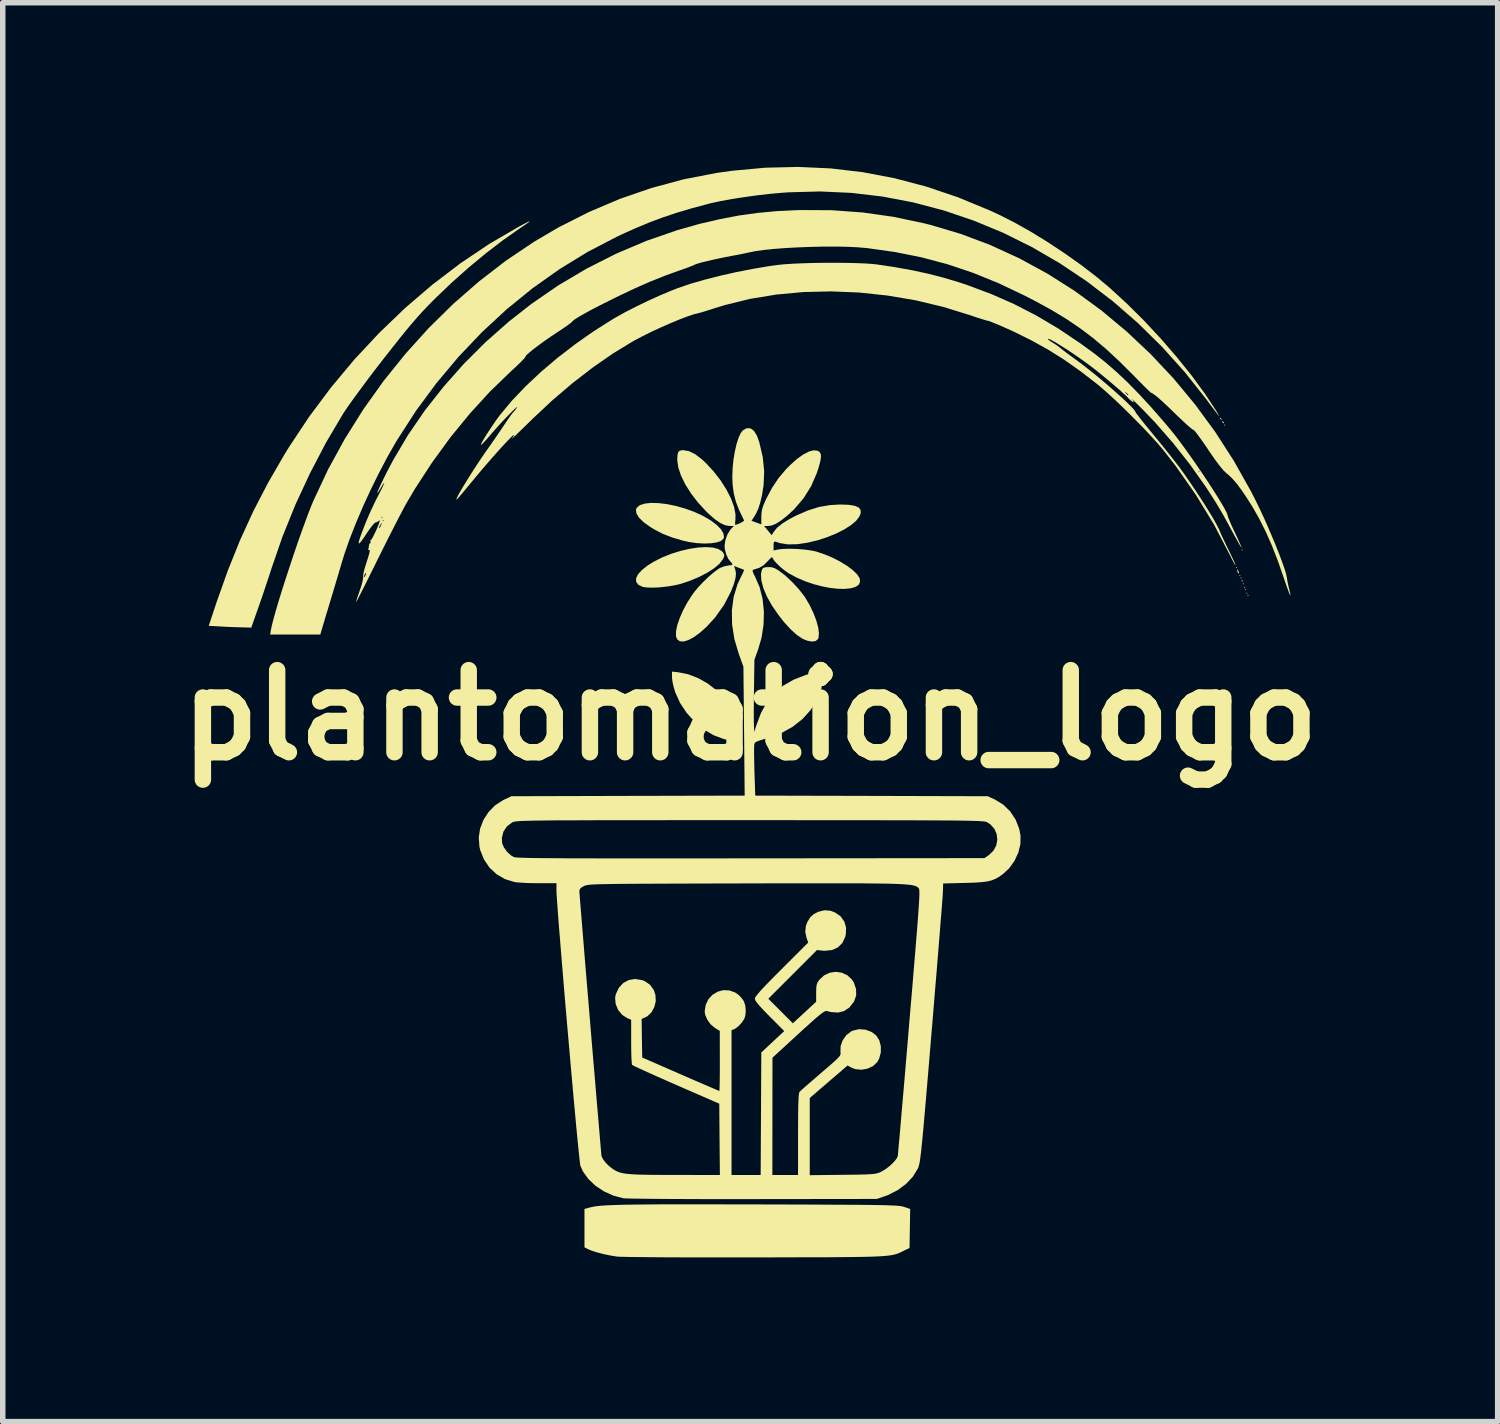
<source format=kicad_pcb>
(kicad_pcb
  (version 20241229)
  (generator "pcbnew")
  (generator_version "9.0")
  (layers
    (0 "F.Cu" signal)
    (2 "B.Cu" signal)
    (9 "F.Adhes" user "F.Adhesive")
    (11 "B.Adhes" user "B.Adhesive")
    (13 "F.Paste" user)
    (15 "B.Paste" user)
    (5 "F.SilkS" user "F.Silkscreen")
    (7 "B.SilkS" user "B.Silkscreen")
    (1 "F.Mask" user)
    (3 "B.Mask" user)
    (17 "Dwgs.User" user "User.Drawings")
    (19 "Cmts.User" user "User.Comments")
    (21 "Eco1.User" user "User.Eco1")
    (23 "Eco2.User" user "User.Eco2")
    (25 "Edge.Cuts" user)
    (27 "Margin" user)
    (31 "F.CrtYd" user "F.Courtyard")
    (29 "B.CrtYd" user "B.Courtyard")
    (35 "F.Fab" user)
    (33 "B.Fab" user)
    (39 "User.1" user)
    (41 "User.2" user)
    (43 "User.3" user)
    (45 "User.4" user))
  (footprint "plantomation_logo"
    (layer "F.Cu")
    (at 10.657 10.016)
    (property "Reference" "plantomation_logo" (at 0 0 0) (layer "F.SilkS") (effects (font (size 1.5 1.5) (thickness 0.3))))
    (attr board_only exclude_from_pos_files exclude_from_bom)
    (fp_poly (pts (xy 8.68 -5.3) (xy 8.669 -5.289) (xy 8.659 -5.3) (xy 8.669 -5.31)) (stroke (width 0) (type solid)) (fill yes) (layer "F.SilkS"))
    (fp_poly (pts (xy 8.893 -2.698) (xy 8.883 -2.687) (xy 8.872 -2.698) (xy 8.883 -2.708)) (stroke (width 0) (type solid)) (fill yes) (layer "F.SilkS"))
    (fp_poly (pts (xy 8.957 -2.549) (xy 8.947 -2.538) (xy 8.936 -2.549) (xy 8.947 -2.559)) (stroke (width 0) (type solid)) (fill yes) (layer "F.SilkS"))
    (fp_poly (pts (xy 8.979 -2.506) (xy 8.968 -2.495) (xy 8.957 -2.506) (xy 8.968 -2.517)) (stroke (width 0) (type solid)) (fill yes) (layer "F.SilkS"))
    (fp_poly (pts (xy 9 -3.018) (xy 8.989 -3.007) (xy 8.979 -3.018) (xy 8.989 -3.028)) (stroke (width 0) (type solid)) (fill yes) (layer "F.SilkS"))
    (fp_poly (pts (xy 9.021 -2.399) (xy 9.01 -2.389) (xy 9 -2.399) (xy 9.01 -2.41)) (stroke (width 0) (type solid)) (fill yes) (layer "F.SilkS"))
    (fp_poly (pts (xy 9.042 -2.335) (xy 9.032 -2.325) (xy 9.021 -2.335) (xy 9.032 -2.346)) (stroke (width 0) (type solid)) (fill yes) (layer "F.SilkS"))
    (fp_poly (pts (xy 9.064 -2.293) (xy 9.053 -2.282) (xy 9.042 -2.293) (xy 9.053 -2.303)) (stroke (width 0) (type solid)) (fill yes) (layer "F.SilkS"))
    (fp_poly (pts (xy 9.085 -2.229) (xy 9.074 -2.218) (xy 9.064 -2.229) (xy 9.074 -2.239)) (stroke (width 0) (type solid)) (fill yes) (layer "F.SilkS"))
    (fp_poly (pts (xy 9.106 -2.186) (xy 9.096 -2.175) (xy 9.085 -2.186) (xy 9.096 -2.197)) (stroke (width 0) (type solid)) (fill yes) (layer "F.SilkS"))
    (fp_poly (pts (xy 8.993 -2.467) (xy 8.995 -2.441) (xy 8.993 -2.438) (xy 8.98 -2.441) (xy 8.979 -2.453) (xy 8.986 -2.47)) (stroke (width 0) (type solid)) (fill yes) (layer "F.SilkS"))
    (fp_poly (pts (xy 8.591 -5.43) (xy 8.614 -5.408) (xy 8.61 -5.396) (xy 8.607 -5.396) (xy 8.589 -5.411) (xy 8.582 -5.42) (xy 8.579 -5.435)) (stroke (width 0) (type solid)) (fill yes) (layer "F.SilkS"))
    (fp_poly (pts (xy 8.634 -5.366) (xy 8.657 -5.346) (xy 8.659 -5.341) (xy 8.648 -5.332) (xy 8.627 -5.352) (xy 8.625 -5.356) (xy 8.622 -5.371)) (stroke (width 0) (type solid)) (fill yes) (layer "F.SilkS"))
    (fp_poly (pts (xy 8.917 -2.638) (xy 8.931 -2.602) (xy 8.93 -2.589) (xy 8.915 -2.596) (xy 8.906 -2.613) (xy 8.894 -2.654) (xy 8.899 -2.662)) (stroke (width 0) (type solid)) (fill yes) (layer "F.SilkS"))
    (fp_poly (pts (xy -1.315 -0.783) (xy -1.136 -0.747) (xy -0.953 -0.677) (xy -0.78 -0.58) (xy -0.627 -0.463) (xy -0.539 -0.372) (xy -0.397 -0.173) (xy -0.284 0.05) (xy -0.205 0.286) (xy -0.183 0.389) (xy -0.169 0.469) (xy -0.271 0.468) (xy -0.354 0.461) (xy -0.448 0.445) (xy -0.488 0.435) (xy -0.674 0.365) (xy -0.853 0.257) (xy -1.018 0.119) (xy -1.163 -0.043) (xy -1.283 -0.225) (xy -1.37 -0.418) (xy -1.374 -0.431) (xy -1.401 -0.524) (xy -1.421 -0.616) (xy -1.429 -0.69) (xy -1.429 -0.695) (xy -1.429 -0.795)) (stroke (width 0) (type solid)) (fill yes) (layer "F.SilkS"))
    (fp_poly (pts (xy -1.678 -3.874) (xy -1.525 -3.856) (xy -1.363 -3.823) (xy -1.196 -3.776) (xy -1.03 -3.717) (xy -0.872 -3.645) (xy -0.854 -3.635) (xy -0.719 -3.556) (xy -0.612 -3.475) (xy -0.534 -3.395) (xy -0.489 -3.319) (xy -0.479 -3.253) (xy -0.489 -3.223) (xy -0.532 -3.184) (xy -0.61 -3.156) (xy -0.715 -3.14) (xy -0.839 -3.135) (xy -0.977 -3.143) (xy -1.12 -3.163) (xy -1.226 -3.187) (xy -1.426 -3.246) (xy -1.597 -3.312) (xy -1.753 -3.393) (xy -1.829 -3.44) (xy -1.947 -3.525) (xy -2.031 -3.607) (xy -2.078 -3.683) (xy -2.088 -3.75) (xy -2.074 -3.788) (xy -2.018 -3.835) (xy -1.93 -3.864) (xy -1.815 -3.877)) (stroke (width 0) (type solid)) (fill yes) (layer "F.SilkS"))
    (fp_poly (pts (xy -0.679 -3.061) (xy -0.58 -3.034) (xy -0.512 -2.99) (xy -0.497 -2.972) (xy -0.476 -2.933) (xy -0.475 -2.901) (xy -0.496 -2.854) (xy -0.501 -2.846) (xy -0.562 -2.765) (xy -0.661 -2.682) (xy -0.789 -2.6) (xy -0.941 -2.521) (xy -1.111 -2.451) (xy -1.269 -2.398) (xy -1.38 -2.372) (xy -1.508 -2.351) (xy -1.64 -2.336) (xy -1.766 -2.329) (xy -1.875 -2.331) (xy -1.955 -2.341) (xy -1.969 -2.345) (xy -2.046 -2.384) (xy -2.084 -2.436) (xy -2.085 -2.5) (xy -2.05 -2.572) (xy -1.98 -2.65) (xy -1.876 -2.733) (xy -1.761 -2.804) (xy -1.604 -2.883) (xy -1.438 -2.949) (xy -1.27 -3.001) (xy -1.104 -3.039) (xy -0.947 -3.063) (xy -0.803 -3.07)) (stroke (width 0) (type solid)) (fill yes) (layer "F.SilkS"))
    (fp_poly (pts (xy 0.386 -2.703) (xy 0.444 -2.686) (xy 0.512 -2.647) (xy 0.523 -2.64) (xy 0.641 -2.55) (xy 0.765 -2.434) (xy 0.884 -2.306) (xy 0.985 -2.177) (xy 1.01 -2.14) (xy 1.09 -2.003) (xy 1.156 -1.864) (xy 1.208 -1.728) (xy 1.242 -1.603) (xy 1.256 -1.496) (xy 1.248 -1.414) (xy 1.239 -1.39) (xy 1.197 -1.354) (xy 1.13 -1.344) (xy 1.045 -1.359) (xy 0.962 -1.392) (xy 0.856 -1.462) (xy 0.738 -1.568) (xy 0.612 -1.707) (xy 0.513 -1.834) (xy 0.397 -2.003) (xy 0.306 -2.166) (xy 0.241 -2.319) (xy 0.204 -2.457) (xy 0.197 -2.574) (xy 0.204 -2.619) (xy 0.22 -2.668) (xy 0.242 -2.692) (xy 0.287 -2.702) (xy 0.32 -2.704)) (stroke (width 0) (type solid)) (fill yes) (layer "F.SilkS"))
    (fp_poly (pts (xy -4.05 -9.003) (xy -4.108 -8.962) (xy -4.201 -8.9) (xy -4.212 -8.892) (xy -4.514 -8.68) (xy -4.828 -8.439) (xy -5.146 -8.176) (xy -5.459 -7.897) (xy -5.757 -7.612) (xy -5.794 -7.575) (xy -5.894 -7.473) (xy -5.988 -7.374) (xy -6.081 -7.271) (xy -6.177 -7.16) (xy -6.282 -7.035) (xy -6.398 -6.892) (xy -6.53 -6.725) (xy -6.684 -6.53) (xy -6.697 -6.513) (xy -6.825 -6.348) (xy -6.952 -6.182) (xy -7.073 -6.019) (xy -7.186 -5.867) (xy -7.285 -5.73) (xy -7.367 -5.614) (xy -7.427 -5.524) (xy -7.438 -5.507) (xy -7.75 -4.98) (xy -8.041 -4.423) (xy -8.308 -3.849) (xy -8.544 -3.266) (xy -8.744 -2.687) (xy -8.792 -2.539) (xy -8.849 -2.368) (xy -8.908 -2.191) (xy -8.965 -2.028) (xy -8.986 -1.967) (xy -9.116 -1.599) (xy -9.298 -1.604) (xy -9.407 -1.607) (xy -9.536 -1.612) (xy -9.659 -1.618) (xy -9.686 -1.62) (xy -9.893 -1.631) (xy -9.748 -2.069) (xy -9.541 -2.65) (xy -9.32 -3.199) (xy -9.079 -3.725) (xy -8.814 -4.236) (xy -8.522 -4.742) (xy -8.43 -4.892) (xy -8.059 -5.451) (xy -7.658 -5.988) (xy -7.23 -6.5) (xy -6.777 -6.985) (xy -6.302 -7.441) (xy -5.807 -7.865) (xy -5.295 -8.255) (xy -4.768 -8.609) (xy -4.229 -8.923) (xy -4.169 -8.955) (xy -4.088 -8.998) (xy -4.041 -9.02) (xy -4.028 -9.022)) (stroke (width 0) (type solid)) (fill yes) (layer "F.SilkS"))
    (fp_poly (pts (xy -0.842 8.939) (xy -0.493 8.939) (xy -0.105 8.94) (xy 0.117 8.94) (xy 0.504 8.941) (xy 0.851 8.942) (xy 1.16 8.943) (xy 1.433 8.945) (xy 1.673 8.946) (xy 1.882 8.947) (xy 2.062 8.948) (xy 2.215 8.95) (xy 2.345 8.952) (xy 2.453 8.954) (xy 2.542 8.957) (xy 2.613 8.96) (xy 2.67 8.963) (xy 2.715 8.967) (xy 2.749 8.971) (xy 2.776 8.976) (xy 2.797 8.981) (xy 2.81 8.985) (xy 2.923 9.023) (xy 2.917 9.379) (xy 2.911 9.736) (xy 2.815 9.782) (xy 2.778 9.801) (xy 2.743 9.817) (xy 2.71 9.832) (xy 2.675 9.845) (xy 2.635 9.856) (xy 2.589 9.866) (xy 2.533 9.874) (xy 2.465 9.881) (xy 2.384 9.887) (xy 2.285 9.892) (xy 2.168 9.896) (xy 2.028 9.899) (xy 1.864 9.901) (xy 1.674 9.903) (xy 1.454 9.905) (xy 1.203 9.906) (xy 0.917 9.906) (xy 0.595 9.907) (xy 0.233 9.908) (xy 0.085 9.908) (xy -0.232 9.908) (xy -0.539 9.908) (xy -0.833 9.908) (xy -1.112 9.908) (xy -1.373 9.907) (xy -1.612 9.906) (xy -1.826 9.904) (xy -2.013 9.902) (xy -2.17 9.901) (xy -2.293 9.898) (xy -2.38 9.896) (xy -2.427 9.894) (xy -2.43 9.893) (xy -2.547 9.875) (xy -2.673 9.849) (xy -2.794 9.818) (xy -2.898 9.785) (xy -2.966 9.756) (xy -3.028 9.724) (xy -3.028 9.374) (xy -3.028 9.023) (xy -2.948 9.001) (xy -2.91 8.991) (xy -2.868 8.982) (xy -2.818 8.974) (xy -2.759 8.967) (xy -2.689 8.961) (xy -2.604 8.956) (xy -2.504 8.952) (xy -2.385 8.948) (xy -2.245 8.945) (xy -2.082 8.943) (xy -1.894 8.941) (xy -1.678 8.939) (xy -1.433 8.939) (xy -1.155 8.938)) (stroke (width 0) (type solid)) (fill yes) (layer "F.SilkS"))
    (fp_poly (pts (xy 1.47 -9.989) (xy 2.057 -9.92) (xy 2.64 -9.809) (xy 3.22 -9.656) (xy 3.797 -9.461) (xy 4.373 -9.223) (xy 4.545 -9.144) (xy 4.827 -9.001) (xy 5.128 -8.832) (xy 5.437 -8.642) (xy 5.745 -8.438) (xy 6.044 -8.226) (xy 6.323 -8.012) (xy 6.566 -7.809) (xy 6.887 -7.514) (xy 7.205 -7.198) (xy 7.512 -6.868) (xy 7.803 -6.531) (xy 8.073 -6.194) (xy 8.314 -5.864) (xy 8.472 -5.625) (xy 8.522 -5.546) (xy 8.554 -5.493) (xy 8.568 -5.467) (xy 8.562 -5.47) (xy 8.536 -5.502) (xy 8.487 -5.565) (xy 8.415 -5.661) (xy 8.334 -5.77) (xy 7.941 -6.266) (xy 7.524 -6.73) (xy 7.085 -7.162) (xy 6.626 -7.562) (xy 6.148 -7.927) (xy 5.653 -8.258) (xy 5.143 -8.554) (xy 4.619 -8.814) (xy 4.082 -9.036) (xy 3.535 -9.221) (xy 2.979 -9.368) (xy 2.416 -9.475) (xy 1.847 -9.542) (xy 1.274 -9.568) (xy 0.699 -9.552) (xy 0.597 -9.545) (xy 0.37 -9.525) (xy 0.133 -9.498) (xy -0.104 -9.465) (xy -0.332 -9.43) (xy -0.54 -9.392) (xy -0.72 -9.353) (xy -0.778 -9.338) (xy -1.08 -9.257) (xy -1.351 -9.176) (xy -1.602 -9.092) (xy -1.844 -9.001) (xy -2.088 -8.9) (xy -2.347 -8.783) (xy -2.442 -8.738) (xy -2.971 -8.463) (xy -3.483 -8.149) (xy -3.977 -7.799) (xy -4.451 -7.414) (xy -4.903 -6.995) (xy -5.33 -6.546) (xy -5.732 -6.067) (xy -6.106 -5.561) (xy -6.45 -5.028) (xy -6.479 -4.98) (xy -6.632 -4.711) (xy -6.784 -4.422) (xy -6.933 -4.12) (xy -7.074 -3.814) (xy -7.202 -3.513) (xy -7.316 -3.224) (xy -7.41 -2.956) (xy -7.454 -2.815) (xy -7.489 -2.696) (xy -7.532 -2.551) (xy -7.578 -2.397) (xy -7.622 -2.25) (xy -7.635 -2.207) (xy -7.675 -2.074) (xy -7.716 -1.937) (xy -7.755 -1.81) (xy -7.786 -1.704) (xy -7.797 -1.669) (xy -7.855 -1.472) (xy -8.313 -1.472) (xy -8.771 -1.472) (xy -8.757 -1.557) (xy -8.739 -1.642) (xy -8.709 -1.761) (xy -8.667 -1.91) (xy -8.616 -2.083) (xy -8.557 -2.274) (xy -8.492 -2.478) (xy -8.422 -2.69) (xy -8.351 -2.905) (xy -8.279 -3.117) (xy -8.208 -3.32) (xy -8.139 -3.509) (xy -8.076 -3.68) (xy -8.019 -3.826) (xy -7.981 -3.916) (xy -7.713 -4.488) (xy -7.408 -5.045) (xy -7.07 -5.584) (xy -6.7 -6.103) (xy -6.301 -6.599) (xy -5.876 -7.07) (xy -5.426 -7.513) (xy -4.954 -7.925) (xy -4.462 -8.304) (xy -3.952 -8.647) (xy -3.505 -8.91) (xy -2.949 -9.191) (xy -2.382 -9.432) (xy -1.805 -9.631) (xy -1.219 -9.789) (xy -0.622 -9.905) (xy -0.33 -9.946) (xy 0.277 -10.002) (xy 0.877 -10.016)) (stroke (width 0) (type solid)) (fill yes) (layer "F.SilkS"))
    (fp_poly (pts (xy 1.492 -9.225) (xy 2.055 -9.184) (xy 2.614 -9.105) (xy 3.177 -8.986) (xy 3.297 -8.956) (xy 3.849 -8.792) (xy 4.39 -8.588) (xy 4.919 -8.345) (xy 5.433 -8.065) (xy 5.932 -7.748) (xy 6.413 -7.397) (xy 6.874 -7.013) (xy 7.315 -6.598) (xy 7.734 -6.152) (xy 8.128 -5.677) (xy 8.496 -5.175) (xy 8.836 -4.647) (xy 9.147 -4.094) (xy 9.235 -3.922) (xy 9.307 -3.774) (xy 9.383 -3.612) (xy 9.458 -3.442) (xy 9.532 -3.269) (xy 9.602 -3.101) (xy 9.665 -2.942) (xy 9.719 -2.798) (xy 9.762 -2.675) (xy 9.791 -2.58) (xy 9.804 -2.518) (xy 9.814 -2.454) (xy 9.831 -2.371) (xy 9.844 -2.317) (xy 9.864 -2.236) (xy 9.871 -2.194) (xy 9.866 -2.191) (xy 9.85 -2.225) (xy 9.823 -2.294) (xy 9.786 -2.398) (xy 9.748 -2.511) (xy 9.639 -2.823) (xy 9.531 -3.1) (xy 9.42 -3.351) (xy 9.304 -3.583) (xy 9.178 -3.804) (xy 9.075 -3.967) (xy 8.974 -4.116) (xy 8.887 -4.233) (xy 8.807 -4.324) (xy 8.73 -4.397) (xy 8.695 -4.425) (xy 8.643 -4.476) (xy 8.571 -4.563) (xy 8.481 -4.685) (xy 8.375 -4.838) (xy 8.362 -4.859) (xy 8.288 -4.967) (xy 8.221 -5.062) (xy 8.165 -5.138) (xy 8.124 -5.189) (xy 8.102 -5.211) (xy 8.099 -5.211) (xy 8.079 -5.222) (xy 8.033 -5.258) (xy 7.967 -5.316) (xy 7.886 -5.392) (xy 7.794 -5.48) (xy 7.778 -5.495) (xy 7.646 -5.623) (xy 7.541 -5.722) (xy 7.459 -5.795) (xy 7.396 -5.846) (xy 7.35 -5.878) (xy 7.326 -5.889) (xy 7.305 -5.906) (xy 7.259 -5.949) (xy 7.194 -6.013) (xy 7.114 -6.094) (xy 7.023 -6.186) (xy 7.006 -6.204) (xy 6.75 -6.459) (xy 6.507 -6.685) (xy 6.269 -6.886) (xy 6.027 -7.069) (xy 5.774 -7.24) (xy 5.501 -7.405) (xy 5.199 -7.57) (xy 5.01 -7.667) (xy 4.534 -7.893) (xy 4.069 -8.082) (xy 3.605 -8.238) (xy 3.136 -8.363) (xy 2.652 -8.46) (xy 2.145 -8.532) (xy 2.122 -8.534) (xy 1.959 -8.548) (xy 1.769 -8.557) (xy 1.557 -8.561) (xy 1.332 -8.56) (xy 1.1 -8.555) (xy 0.869 -8.546) (xy 0.646 -8.534) (xy 0.437 -8.518) (xy 0.251 -8.499) (xy 0.094 -8.477) (xy -0.011 -8.456) (xy -0.094 -8.438) (xy -0.199 -8.416) (xy -0.307 -8.396) (xy -0.331 -8.392) (xy -0.445 -8.37) (xy -0.566 -8.345) (xy -0.687 -8.319) (xy -0.8 -8.292) (xy -0.897 -8.268) (xy -0.97 -8.247) (xy -1.011 -8.232) (xy -1.015 -8.23) (xy -1.043 -8.216) (xy -1.103 -8.193) (xy -1.187 -8.161) (xy -1.287 -8.126) (xy -1.313 -8.117) (xy -1.565 -8.026) (xy -1.822 -7.923) (xy -2.093 -7.804) (xy -2.387 -7.665) (xy -2.49 -7.615) (xy -2.692 -7.514) (xy -2.866 -7.425) (xy -3.01 -7.347) (xy -3.123 -7.283) (xy -3.201 -7.234) (xy -3.244 -7.2) (xy -3.249 -7.193) (xy -3.273 -7.17) (xy -3.326 -7.13) (xy -3.4 -7.078) (xy -3.49 -7.018) (xy -3.516 -7.001) (xy -3.636 -6.921) (xy -3.753 -6.84) (xy -3.861 -6.762) (xy -3.956 -6.69) (xy -4.031 -6.629) (xy -4.083 -6.582) (xy -4.106 -6.554) (xy -4.106 -6.549) (xy -4.118 -6.529) (xy -4.156 -6.487) (xy -4.217 -6.426) (xy -4.295 -6.352) (xy -4.37 -6.283) (xy -4.751 -5.915) (xy -5.121 -5.511) (xy -5.476 -5.077) (xy -5.812 -4.616) (xy -6.124 -4.137) (xy -6.281 -3.871) (xy -6.324 -3.793) (xy -6.382 -3.683) (xy -6.453 -3.547) (xy -6.533 -3.39) (xy -6.62 -3.22) (xy -6.709 -3.041) (xy -6.799 -2.86) (xy -6.808 -2.842) (xy -6.891 -2.674) (xy -6.968 -2.519) (xy -7.037 -2.38) (xy -7.097 -2.262) (xy -7.145 -2.168) (xy -7.178 -2.103) (xy -7.196 -2.071) (xy -7.198 -2.069) (xy -7.196 -2.087) (xy -7.181 -2.138) (xy -7.156 -2.211) (xy -7.134 -2.275) (xy -7.101 -2.374) (xy -7.08 -2.457) (xy -7.071 -2.514) (xy -7.072 -2.527) (xy -7.058 -2.527) (xy -7.05 -2.523) (xy -7.038 -2.538) (xy -7.02 -2.577) (xy -7.017 -2.591) (xy -7.026 -2.595) (xy -7.038 -2.581) (xy -7.056 -2.542) (xy -7.058 -2.527) (xy -7.072 -2.527) (xy -7.072 -2.529) (xy -7.07 -2.571) (xy -7.055 -2.642) (xy -7.028 -2.735) (xy -7.01 -2.792) (xy -6.981 -2.881) (xy -6.96 -2.954) (xy -6.951 -3.002) (xy -6.953 -3.018) (xy -6.977 -3.016) (xy -6.979 -3.013) (xy -6.982 -3.014) (xy -6.977 -3.028) (xy -6.968 -3.076) (xy -6.965 -3.106) (xy -6.956 -3.138) (xy -6.944 -3.14) (xy -6.933 -3.145) (xy -6.938 -3.165) (xy -6.943 -3.19) (xy -6.936 -3.192) (xy -6.922 -3.206) (xy -6.895 -3.252) (xy -6.86 -3.322) (xy -6.83 -3.385) (xy -6.813 -3.426) (xy -6.782 -3.426) (xy -6.778 -3.413) (xy -6.763 -3.432) (xy -6.741 -3.476) (xy -6.725 -3.512) (xy -6.729 -3.512) (xy -6.749 -3.488) (xy -6.774 -3.449) (xy -6.782 -3.426) (xy -6.813 -3.426) (xy -6.79 -3.481) (xy -6.77 -3.538) (xy -6.77 -3.551) (xy -6.718 -3.551) (xy -6.707 -3.54) (xy -6.697 -3.551) (xy -6.707 -3.562) (xy -6.718 -3.551) (xy -6.77 -3.551) (xy -6.77 -3.559) (xy -6.779 -3.554) (xy -6.821 -3.526) (xy -6.848 -3.519) (xy -6.871 -3.502) (xy -6.911 -3.456) (xy -6.961 -3.389) (xy -7.003 -3.327) (xy -7.068 -3.23) (xy -7.115 -3.167) (xy -7.143 -3.137) (xy -7.154 -3.143) (xy -7.147 -3.185) (xy -7.122 -3.263) (xy -7.079 -3.378) (xy -7.027 -3.512) (xy -6.984 -3.615) (xy -6.739 -3.615) (xy -6.729 -3.604) (xy -6.718 -3.615) (xy -6.729 -3.626) (xy -6.739 -3.615) (xy -6.984 -3.615) (xy -6.973 -3.641) (xy -6.908 -3.785) (xy -6.841 -3.925) (xy -6.8 -4.004) (xy -6.749 -4.103) (xy -6.712 -4.178) (xy -6.691 -4.226) (xy -6.686 -4.245) (xy -6.698 -4.233) (xy -6.728 -4.187) (xy -6.751 -4.148) (xy -6.789 -4.086) (xy -6.809 -4.059) (xy -6.813 -4.062) (xy -6.803 -4.092) (xy -6.781 -4.146) (xy -6.747 -4.219) (xy -6.704 -4.308) (xy -6.654 -4.41) (xy -6.597 -4.521) (xy -6.535 -4.636) (xy -6.523 -4.66) (xy -6.255 -5.113) (xy -5.949 -5.56) (xy -5.608 -5.994) (xy -5.236 -6.414) (xy -4.837 -6.813) (xy -4.414 -7.187) (xy -4.001 -7.511) (xy -3.505 -7.853) (xy -2.985 -8.16) (xy -2.447 -8.432) (xy -1.895 -8.666) (xy -1.331 -8.861) (xy -0.928 -8.975) (xy -0.558 -9.061) (xy -0.209 -9.128) (xy 0.136 -9.176) (xy 0.491 -9.209) (xy 0.87 -9.227) (xy 0.917 -9.228)) (stroke (width 0) (type solid)) (fill yes) (layer "F.SilkS"))
    (fp_poly (pts (xy 1.74 -8.263) (xy 1.925 -8.259) (xy 2.089 -8.253) (xy 2.224 -8.244) (xy 2.303 -8.236) (xy 2.65 -8.184) (xy 2.965 -8.127) (xy 3.256 -8.064) (xy 3.535 -7.992) (xy 3.812 -7.909) (xy 3.971 -7.856) (xy 4.406 -7.693) (xy 4.822 -7.51) (xy 5.226 -7.302) (xy 5.626 -7.065) (xy 6.029 -6.795) (xy 6.285 -6.609) (xy 6.486 -6.45) (xy 6.688 -6.275) (xy 6.894 -6.081) (xy 7.107 -5.863) (xy 7.333 -5.618) (xy 7.574 -5.341) (xy 7.689 -5.204) (xy 7.767 -5.107) (xy 7.856 -4.99) (xy 7.953 -4.857) (xy 8.056 -4.713) (xy 8.161 -4.562) (xy 8.265 -4.409) (xy 8.366 -4.258) (xy 8.459 -4.114) (xy 8.544 -3.981) (xy 8.615 -3.864) (xy 8.67 -3.768) (xy 8.707 -3.696) (xy 8.722 -3.653) (xy 8.723 -3.65) (xy 8.731 -3.62) (xy 8.755 -3.559) (xy 8.791 -3.475) (xy 8.836 -3.377) (xy 8.851 -3.347) (xy 8.897 -3.248) (xy 8.936 -3.162) (xy 8.964 -3.098) (xy 8.978 -3.062) (xy 8.978 -3.058) (xy 8.969 -3.069) (xy 8.943 -3.112) (xy 8.903 -3.182) (xy 8.853 -3.272) (xy 8.811 -3.348) (xy 8.721 -3.515) (xy 8.644 -3.654) (xy 8.575 -3.773) (xy 8.509 -3.883) (xy 8.439 -3.994) (xy 8.361 -4.114) (xy 8.31 -4.191) (xy 8.129 -4.447) (xy 8.189 -4.447) (xy 8.2 -4.436) (xy 8.211 -4.447) (xy 8.2 -4.457) (xy 8.189 -4.447) (xy 8.129 -4.447) (xy 8.031 -4.585) (xy 7.725 -4.973) (xy 7.403 -5.342) (xy 7.189 -5.566) (xy 7.108 -5.647) (xy 7.042 -5.712) (xy 6.996 -5.757) (xy 6.972 -5.779) (xy 6.974 -5.774) (xy 7.004 -5.733) (xy 7.005 -5.717) (xy 6.983 -5.725) (xy 6.944 -5.757) (xy 6.919 -5.782) (xy 6.861 -5.84) (xy 6.787 -5.907) (xy 6.847 -5.907) (xy 6.853 -5.896) (xy 6.864 -5.881) (xy 6.896 -5.848) (xy 6.909 -5.848) (xy 6.91 -5.852) (xy 6.895 -5.869) (xy 6.873 -5.889) (xy 6.847 -5.907) (xy 6.787 -5.907) (xy 6.776 -5.918) (xy 6.671 -6.009) (xy 6.555 -6.107) (xy 6.435 -6.207) (xy 6.317 -6.302) (xy 6.213 -6.382) (xy 6.107 -6.46) (xy 5.994 -6.54) (xy 5.879 -6.619) (xy 5.767 -6.693) (xy 5.663 -6.758) (xy 5.574 -6.813) (xy 5.503 -6.852) (xy 5.456 -6.874) (xy 5.438 -6.874) (xy 5.438 -6.873) (xy 5.455 -6.853) (xy 5.498 -6.823) (xy 5.519 -6.81) (xy 5.589 -6.766) (xy 5.654 -6.718) (xy 5.663 -6.71) (xy 5.704 -6.677) (xy 5.771 -6.626) (xy 5.855 -6.564) (xy 5.948 -6.496) (xy 5.961 -6.487) (xy 6.071 -6.405) (xy 6.192 -6.31) (xy 6.319 -6.208) (xy 6.447 -6.101) (xy 6.574 -5.993) (xy 6.693 -5.888) (xy 6.802 -5.79) (xy 6.895 -5.703) (xy 6.968 -5.63) (xy 7.017 -5.576) (xy 7.037 -5.544) (xy 7.038 -5.541) (xy 7.051 -5.519) (xy 7.088 -5.47) (xy 7.144 -5.397) (xy 7.216 -5.307) (xy 7.301 -5.204) (xy 7.351 -5.143) (xy 7.455 -5.017) (xy 7.561 -4.886) (xy 7.664 -4.757) (xy 7.755 -4.641) (xy 7.828 -4.546) (xy 7.839 -4.532) (xy 7.932 -4.403) (xy 8.031 -4.261) (xy 8.132 -4.112) (xy 8.23 -3.962) (xy 8.323 -3.816) (xy 8.408 -3.679) (xy 8.48 -3.557) (xy 8.535 -3.456) (xy 8.572 -3.382) (xy 8.582 -3.355) (xy 8.597 -3.32) (xy 8.626 -3.255) (xy 8.668 -3.168) (xy 8.716 -3.067) (xy 8.736 -3.028) (xy 8.784 -2.929) (xy 8.824 -2.844) (xy 8.853 -2.78) (xy 8.866 -2.744) (xy 8.867 -2.739) (xy 8.855 -2.753) (xy 8.829 -2.798) (xy 8.794 -2.865) (xy 8.775 -2.905) (xy 8.476 -3.478) (xy 8.141 -4.028) (xy 7.773 -4.554) (xy 7.548 -4.843) (xy 7.439 -4.971) (xy 7.305 -5.118) (xy 7.154 -5.278) (xy 6.991 -5.443) (xy 6.825 -5.607) (xy 6.663 -5.762) (xy 6.511 -5.901) (xy 6.376 -6.018) (xy 6.323 -6.061) (xy 6.019 -6.295) (xy 5.727 -6.5) (xy 5.436 -6.682) (xy 5.135 -6.849) (xy 4.813 -7.008) (xy 4.584 -7.111) (xy 4.492 -7.149) (xy 4.413 -7.181) (xy 4.356 -7.202) (xy 4.33 -7.208) (xy 4.301 -7.215) (xy 4.239 -7.234) (xy 4.154 -7.261) (xy 4.053 -7.295) (xy 4.024 -7.305) (xy 3.529 -7.458) (xy 3.023 -7.579) (xy 2.51 -7.666) (xy 1.994 -7.721) (xy 1.48 -7.742) (xy 0.973 -7.73) (xy 0.477 -7.684) (xy -0.005 -7.605) (xy -0.466 -7.491) (xy -0.662 -7.431) (xy -0.758 -7.4) (xy -0.844 -7.373) (xy -0.908 -7.354) (xy -0.937 -7.347) (xy -1.031 -7.323) (xy -1.156 -7.281) (xy -1.303 -7.225) (xy -1.465 -7.157) (xy -1.636 -7.082) (xy -1.807 -7.003) (xy -1.971 -6.921) (xy -2.121 -6.842) (xy -2.154 -6.823) (xy -2.513 -6.604) (xy -2.881 -6.348) (xy -3.251 -6.062) (xy -3.618 -5.749) (xy -3.976 -5.414) (xy -4.004 -5.386) (xy -4.103 -5.289) (xy -4.191 -5.204) (xy -4.263 -5.134) (xy -4.316 -5.084) (xy -4.346 -5.058) (xy -4.351 -5.055) (xy -4.338 -5.079) (xy -4.325 -5.093) (xy -4.313 -5.114) (xy -4.32 -5.118) (xy -4.343 -5.103) (xy -4.388 -5.059) (xy -4.453 -4.991) (xy -4.534 -4.904) (xy -4.626 -4.802) (xy -4.726 -4.689) (xy -4.83 -4.569) (xy -4.933 -4.448) (xy -5.015 -4.35) (xy -5.124 -4.219) (xy -5.208 -4.117) (xy -5.271 -4.042) (xy -5.316 -3.989) (xy -5.345 -3.957) (xy -5.361 -3.941) (xy -5.367 -3.939) (xy -5.367 -3.947) (xy -5.364 -3.956) (xy -5.344 -4.001) (xy -5.303 -4.076) (xy -5.246 -4.173) (xy -5.177 -4.286) (xy -5.1 -4.41) (xy -5.018 -4.537) (xy -4.936 -4.661) (xy -4.857 -4.777) (xy -4.827 -4.82) (xy -4.744 -4.938) (xy -4.657 -5.063) (xy -4.574 -5.184) (xy -4.505 -5.287) (xy -4.486 -5.315) (xy -4.43 -5.398) (xy -4.382 -5.467) (xy -4.346 -5.515) (xy -4.329 -5.534) (xy -4.306 -5.559) (xy -4.272 -5.604) (xy -4.264 -5.615) (xy -4.258 -5.63) (xy -4.276 -5.618) (xy -4.314 -5.584) (xy -4.368 -5.53) (xy -4.434 -5.463) (xy -4.507 -5.387) (xy -4.583 -5.305) (xy -4.657 -5.222) (xy -4.727 -5.143) (xy -4.754 -5.111) (xy -4.817 -5.038) (xy -4.87 -4.981) (xy -4.906 -4.945) (xy -4.921 -4.935) (xy -4.915 -4.957) (xy -4.889 -5.007) (xy -4.847 -5.078) (xy -4.793 -5.164) (xy -4.732 -5.256) (xy -4.669 -5.35) (xy -4.607 -5.437) (xy -4.568 -5.488) (xy -4.354 -5.745) (xy -4.103 -6.008) (xy -3.823 -6.271) (xy -3.519 -6.529) (xy -3.196 -6.778) (xy -2.861 -7.013) (xy -2.52 -7.229) (xy -2.467 -7.26) (xy -2.287 -7.361) (xy -2.079 -7.467) (xy -1.858 -7.574) (xy -1.636 -7.674) (xy -1.428 -7.761) (xy -1.322 -7.802) (xy -1.098 -7.879) (xy -0.839 -7.954) (xy -0.557 -8.026) (xy -0.259 -8.093) (xy 0.046 -8.153) (xy 0.348 -8.204) (xy 0.501 -8.225) (xy 0.618 -8.237) (xy 0.768 -8.247) (xy 0.943 -8.255) (xy 1.136 -8.261) (xy 1.338 -8.264) (xy 1.542 -8.265)) (stroke (width 0) (type solid)) (fill yes) (layer "F.SilkS"))
    (fp_poly (pts (xy 0.007 -5.239) (xy 0.068 -5.194) (xy 0.122 -5.108) (xy 0.166 -4.985) (xy 0.229 -4.716) (xy 0.255 -4.459) (xy 0.245 -4.206) (xy 0.216 -4.02) (xy 0.183 -3.882) (xy 0.149 -3.774) (xy 0.108 -3.684) (xy 0.066 -3.614) (xy 0.023 -3.55) (xy 0.113 -3.518) (xy 0.203 -3.485) (xy 0.203 -3.625) (xy 0.207 -3.701) (xy 0.219 -3.768) (xy 0.243 -3.84) (xy 0.284 -3.933) (xy 0.291 -3.948) (xy 0.399 -4.152) (xy 0.516 -4.328) (xy 0.653 -4.491) (xy 0.727 -4.566) (xy 0.852 -4.678) (xy 0.969 -4.762) (xy 1.074 -4.816) (xy 1.164 -4.839) (xy 1.236 -4.829) (xy 1.269 -4.806) (xy 1.289 -4.771) (xy 1.293 -4.717) (xy 1.281 -4.638) (xy 1.252 -4.53) (xy 1.216 -4.42) (xy 1.114 -4.184) (xy 0.975 -3.962) (xy 0.802 -3.76) (xy 0.667 -3.636) (xy 0.557 -3.551) (xy 0.468 -3.495) (xy 0.391 -3.464) (xy 0.321 -3.455) (xy 0.254 -3.455) (xy 0.323 -3.372) (xy 0.393 -3.288) (xy 0.429 -3.347) (xy 0.492 -3.425) (xy 0.59 -3.504) (xy 0.726 -3.587) (xy 0.842 -3.647) (xy 1.058 -3.741) (xy 1.26 -3.804) (xy 1.462 -3.838) (xy 1.642 -3.848) (xy 1.794 -3.843) (xy 1.906 -3.826) (xy 1.98 -3.795) (xy 2.017 -3.75) (xy 2.019 -3.69) (xy 1.996 -3.63) (xy 1.935 -3.55) (xy 1.839 -3.469) (xy 1.713 -3.39) (xy 1.565 -3.315) (xy 1.4 -3.249) (xy 1.226 -3.193) (xy 1.049 -3.151) (xy 0.876 -3.125) (xy 0.842 -3.122) (xy 0.683 -3.12) (xy 0.542 -3.143) (xy 0.457 -3.17) (xy 0.437 -3.168) (xy 0.428 -3.136) (xy 0.427 -3.095) (xy 0.427 -3.008) (xy 0.496 -3.024) (xy 0.59 -3.036) (xy 0.712 -3.04) (xy 0.85 -3.036) (xy 0.989 -3.025) (xy 1.116 -3.008) (xy 1.205 -2.989) (xy 1.355 -2.939) (xy 1.504 -2.877) (xy 1.645 -2.804) (xy 1.771 -2.727) (xy 1.877 -2.647) (xy 1.955 -2.571) (xy 1.999 -2.501) (xy 2.001 -2.498) (xy 2.007 -2.431) (xy 1.979 -2.378) (xy 1.919 -2.34) (xy 1.832 -2.316) (xy 1.723 -2.306) (xy 1.596 -2.309) (xy 1.456 -2.325) (xy 1.306 -2.354) (xy 1.152 -2.395) (xy 0.998 -2.448) (xy 0.848 -2.513) (xy 0.706 -2.59) (xy 0.702 -2.592) (xy 0.63 -2.642) (xy 0.556 -2.703) (xy 0.489 -2.767) (xy 0.437 -2.825) (xy 0.408 -2.87) (xy 0.405 -2.884) (xy 0.393 -2.884) (xy 0.361 -2.856) (xy 0.319 -2.811) (xy 0.241 -2.736) (xy 0.164 -2.69) (xy 0.154 -2.687) (xy 0.096 -2.669) (xy 0.054 -2.656) (xy 0.049 -2.655) (xy 0.043 -2.632) (xy 0.064 -2.577) (xy 0.087 -2.534) (xy 0.171 -2.341) (xy 0.226 -2.125) (xy 0.25 -1.894) (xy 0.244 -1.655) (xy 0.208 -1.416) (xy 0.143 -1.194) (xy 0.077 -1.013) (xy 0.069 -0.469) (xy 0.067 -0.314) (xy 0.066 -0.166) (xy 0.065 -0.034) (xy 0.066 0.076) (xy 0.067 0.157) (xy 0.068 0.192) (xy 0.075 0.309) (xy 0.114 0.181) (xy 0.199 -0.044) (xy 0.307 -0.238) (xy 0.441 -0.402) (xy 0.602 -0.538) (xy 0.794 -0.648) (xy 1.018 -0.735) (xy 1.277 -0.801) (xy 1.35 -0.815) (xy 1.338 -0.69) (xy 1.298 -0.476) (xy 1.219 -0.276) (xy 1.104 -0.093) (xy 0.956 0.071) (xy 0.777 0.212) (xy 0.571 0.327) (xy 0.34 0.413) (xy 0.236 0.444) (xy 0.165 0.466) (xy 0.12 0.483) (xy 0.095 0.498) (xy 0.082 0.514) (xy 0.076 0.527) (xy 0.073 0.558) (xy 0.071 0.624) (xy 0.071 0.72) (xy 0.073 0.837) (xy 0.076 0.97) (xy 0.077 1.016) (xy 0.092 1.471) (xy 2.216 1.476) (xy 4.34 1.482) (xy 4.474 1.544) (xy 4.625 1.637) (xy 4.752 1.761) (xy 4.85 1.911) (xy 4.916 2.08) (xy 4.939 2.203) (xy 4.937 2.356) (xy 4.899 2.512) (xy 4.829 2.663) (xy 4.732 2.798) (xy 4.623 2.9) (xy 4.552 2.951) (xy 4.486 2.989) (xy 4.416 3.018) (xy 4.336 3.038) (xy 4.237 3.051) (xy 4.113 3.06) (xy 3.954 3.065) (xy 3.922 3.066) (xy 3.525 3.076) (xy 3.522 3.207) (xy 3.52 3.245) (xy 3.515 3.323) (xy 3.506 3.438) (xy 3.495 3.586) (xy 3.48 3.766) (xy 3.464 3.974) (xy 3.445 4.207) (xy 3.424 4.463) (xy 3.402 4.738) (xy 3.377 5.03) (xy 3.352 5.336) (xy 3.326 5.653) (xy 3.317 5.755) (xy 3.286 6.128) (xy 3.258 6.461) (xy 3.233 6.756) (xy 3.211 7.016) (xy 3.191 7.243) (xy 3.174 7.44) (xy 3.159 7.608) (xy 3.145 7.751) (xy 3.133 7.871) (xy 3.123 7.969) (xy 3.113 8.049) (xy 3.105 8.114) (xy 3.097 8.164) (xy 3.089 8.203) (xy 3.082 8.234) (xy 3.074 8.258) (xy 3.067 8.278) (xy 3.063 8.285) (xy 2.974 8.431) (xy 2.849 8.564) (xy 2.696 8.678) (xy 2.52 8.768) (xy 2.454 8.792) (xy 2.314 8.84) (xy 0.053 8.843) (xy -0.256 8.843) (xy -0.555 8.843) (xy -0.84 8.843) (xy -1.109 8.842) (xy -1.359 8.841) (xy -1.587 8.84) (xy -1.789 8.838) (xy -1.963 8.836) (xy -2.106 8.834) (xy -2.215 8.832) (xy -2.287 8.83) (xy -2.317 8.828) (xy -2.501 8.779) (xy -2.673 8.701) (xy -2.827 8.599) (xy -2.957 8.476) (xy -3.055 8.339) (xy -3.103 8.233) (xy -3.108 8.201) (xy -3.117 8.13) (xy -3.128 8.023) (xy -3.143 7.883) (xy -3.159 7.714) (xy -3.178 7.519) (xy -3.198 7.301) (xy -3.22 7.064) (xy -3.243 6.81) (xy -3.267 6.543) (xy -3.291 6.266) (xy -3.316 5.983) (xy -3.341 5.697) (xy -3.366 5.411) (xy -3.39 5.129) (xy -3.413 4.853) (xy -3.435 4.587) (xy -3.456 4.334) (xy -3.475 4.097) (xy -3.493 3.881) (xy -3.508 3.688) (xy -3.52 3.52) (xy -3.53 3.383) (xy -3.537 3.279) (xy -3.539 3.23) (xy -3.121 3.23) (xy -3.121 3.231) (xy -3.118 3.27) (xy -3.112 3.347) (xy -3.103 3.459) (xy -3.091 3.602) (xy -3.077 3.774) (xy -3.061 3.971) (xy -3.043 4.189) (xy -3.024 4.425) (xy -3.003 4.677) (xy -2.981 4.94) (xy -2.958 5.212) (xy -2.935 5.489) (xy -2.912 5.767) (xy -2.889 6.044) (xy -2.866 6.316) (xy -2.843 6.581) (xy -2.822 6.833) (xy -2.802 7.072) (xy -2.783 7.292) (xy -2.766 7.491) (xy -2.751 7.665) (xy -2.739 7.811) (xy -2.729 7.926) (xy -2.722 8.007) (xy -2.718 8.05) (xy -2.717 8.056) (xy -2.691 8.112) (xy -2.64 8.179) (xy -2.572 8.246) (xy -2.5 8.3) (xy -2.459 8.324) (xy -2.417 8.344) (xy -2.371 8.36) (xy -2.315 8.372) (xy -2.246 8.382) (xy -2.16 8.389) (xy -2.05 8.395) (xy -1.915 8.398) (xy -1.748 8.4) (xy -1.545 8.401) (xy -1.391 8.401) (xy -0.554 8.403) (xy -0.56 7.751) (xy -0.565 7.099) (xy -1.354 6.756) (xy -1.526 6.68) (xy -1.687 6.609) (xy -1.83 6.545) (xy -1.953 6.489) (xy -2.051 6.444) (xy -2.12 6.411) (xy -2.155 6.392) (xy -2.159 6.389) (xy -2.164 6.361) (xy -2.168 6.298) (xy -2.172 6.206) (xy -2.174 6.093) (xy -2.175 5.966) (xy -2.175 5.567) (xy -2.245 5.537) (xy -2.341 5.475) (xy -2.414 5.385) (xy -2.458 5.279) (xy -2.468 5.167) (xy -2.456 5.1) (xy -2.401 4.983) (xy -2.32 4.895) (xy -2.218 4.84) (xy -2.102 4.821) (xy -1.979 4.841) (xy -1.928 4.86) (xy -1.83 4.927) (xy -1.761 5.023) (xy -1.732 5.111) (xy -1.725 5.223) (xy -1.751 5.332) (xy -1.802 5.428) (xy -1.876 5.5) (xy -1.919 5.523) (xy -1.984 5.551) (xy -1.979 5.903) (xy -1.973 6.256) (xy -1.272 6.562) (xy -1.111 6.632) (xy -0.962 6.697) (xy -0.83 6.754) (xy -0.72 6.801) (xy -0.636 6.837) (xy -0.582 6.86) (xy -0.563 6.867) (xy -0.561 6.847) (xy -0.559 6.789) (xy -0.557 6.701) (xy -0.556 6.586) (xy -0.555 6.451) (xy -0.555 6.318) (xy -0.556 5.769) (xy -0.648 5.713) (xy -0.723 5.65) (xy -0.784 5.565) (xy -0.823 5.474) (xy -0.832 5.416) (xy -0.813 5.294) (xy -0.763 5.19) (xy -0.688 5.109) (xy -0.594 5.053) (xy -0.49 5.025) (xy -0.38 5.03) (xy -0.273 5.069) (xy -0.213 5.111) (xy -0.16 5.165) (xy -0.118 5.225) (xy -0.114 5.231) (xy -0.09 5.307) (xy -0.081 5.4) (xy -0.089 5.49) (xy -0.107 5.547) (xy -0.152 5.616) (xy -0.212 5.681) (xy -0.272 5.728) (xy -0.293 5.738) (xy -0.341 5.757) (xy -0.341 7.08) (xy -0.341 8.403) (xy -0.075 8.403) (xy 0.191 8.403) (xy 0.197 7.283) (xy 0.203 6.164) (xy 0.412 5.968) (xy 0.622 5.773) (xy 0.354 5.504) (xy 0.249 5.397) (xy 0.173 5.315) (xy 0.122 5.254) (xy 0.094 5.211) (xy 0.085 5.182) (xy 0.092 5.159) (xy 0.115 5.124) (xy 0.156 5.074) (xy 0.217 5.005) (xy 0.302 4.916) (xy 0.412 4.804) (xy 0.55 4.665) (xy 0.573 4.642) (xy 1.06 4.155) (xy 1.032 4.077) (xy 1.006 3.961) (xy 1.017 3.853) (xy 1.042 3.785) (xy 1.094 3.697) (xy 1.161 3.636) (xy 1.242 3.594) (xy 1.356 3.565) (xy 1.467 3.574) (xy 1.55 3.606) (xy 1.651 3.676) (xy 1.719 3.771) (xy 1.752 3.883) (xy 1.747 4.008) (xy 1.736 4.052) (xy 1.684 4.163) (xy 1.602 4.244) (xy 1.496 4.292) (xy 1.366 4.306) (xy 1.313 4.303) (xy 1.22 4.292) (xy 0.776 4.737) (xy 0.331 5.182) (xy 0.555 5.406) (xy 0.779 5.631) (xy 0.992 5.434) (xy 1.205 5.237) (xy 1.205 5.075) (xy 1.207 4.987) (xy 1.214 4.928) (xy 1.231 4.883) (xy 1.261 4.839) (xy 1.262 4.837) (xy 1.349 4.756) (xy 1.451 4.707) (xy 1.562 4.69) (xy 1.672 4.706) (xy 1.773 4.752) (xy 1.857 4.829) (xy 1.891 4.882) (xy 1.934 5.004) (xy 1.936 5.124) (xy 1.896 5.236) (xy 1.817 5.336) (xy 1.806 5.347) (xy 1.713 5.408) (xy 1.608 5.434) (xy 1.485 5.427) (xy 1.395 5.406) (xy 1.377 5.407) (xy 1.348 5.42) (xy 1.307 5.449) (xy 1.249 5.495) (xy 1.171 5.561) (xy 1.071 5.651) (xy 0.944 5.766) (xy 0.879 5.826) (xy 0.407 6.259) (xy 0.406 7.331) (xy 0.405 8.403) (xy 0.64 8.403) (xy 0.874 8.403) (xy 0.874 7.66) (xy 0.875 7.449) (xy 0.876 7.276) (xy 0.878 7.14) (xy 0.882 7.036) (xy 0.886 6.962) (xy 0.892 6.914) (xy 0.899 6.888) (xy 0.901 6.885) (xy 0.925 6.862) (xy 0.975 6.816) (xy 1.049 6.751) (xy 1.14 6.672) (xy 1.243 6.583) (xy 1.294 6.539) (xy 1.412 6.438) (xy 1.502 6.36) (xy 1.566 6.302) (xy 1.609 6.259) (xy 1.636 6.227) (xy 1.649 6.202) (xy 1.652 6.18) (xy 1.649 6.156) (xy 1.649 6.154) (xy 1.652 6.048) (xy 1.689 5.942) (xy 1.755 5.849) (xy 1.843 5.78) (xy 1.871 5.766) (xy 1.987 5.738) (xy 2.107 5.747) (xy 2.219 5.789) (xy 2.304 5.855) (xy 2.359 5.943) (xy 2.387 6.051) (xy 2.386 6.166) (xy 2.356 6.276) (xy 2.321 6.34) (xy 2.245 6.412) (xy 2.145 6.459) (xy 2.034 6.479) (xy 1.924 6.469) (xy 1.854 6.443) (xy 1.779 6.402) (xy 1.433 6.699) (xy 1.088 6.996) (xy 1.088 7.701) (xy 1.088 8.406) (xy 1.69 8.399) (xy 1.866 8.397) (xy 2.006 8.395) (xy 2.113 8.392) (xy 2.194 8.388) (xy 2.255 8.383) (xy 2.3 8.376) (xy 2.336 8.367) (xy 2.367 8.355) (xy 2.399 8.34) (xy 2.479 8.292) (xy 2.558 8.23) (xy 2.627 8.163) (xy 2.677 8.1) (xy 2.696 8.057) (xy 2.699 8.03) (xy 2.705 7.963) (xy 2.714 7.859) (xy 2.727 7.72) (xy 2.742 7.55) (xy 2.759 7.352) (xy 2.778 7.127) (xy 2.8 6.879) (xy 2.823 6.61) (xy 2.847 6.324) (xy 2.873 6.022) (xy 2.899 5.709) (xy 2.908 5.598) (xy 2.94 5.227) (xy 2.968 4.896) (xy 2.992 4.603) (xy 3.014 4.345) (xy 3.032 4.121) (xy 3.048 3.927) (xy 3.061 3.762) (xy 3.071 3.623) (xy 3.079 3.507) (xy 3.085 3.413) (xy 3.089 3.339) (xy 3.091 3.281) (xy 3.091 3.237) (xy 3.09 3.206) (xy 3.087 3.184) (xy 3.083 3.17) (xy 3.078 3.161) (xy 3.071 3.154) (xy 3.07 3.153) (xy 3.055 3.141) (xy 3.037 3.131) (xy 3.014 3.121) (xy 2.985 3.113) (xy 2.946 3.105) (xy 2.896 3.099) (xy 2.832 3.093) (xy 2.754 3.088) (xy 2.657 3.084) (xy 2.541 3.08) (xy 2.404 3.078) (xy 2.242 3.076) (xy 2.054 3.074) (xy 1.839 3.073) (xy 1.593 3.073) (xy 1.314 3.073) (xy 1.001 3.073) (xy 0.652 3.073) (xy 0.264 3.074) (xy -0.107 3.075) (xy -0.513 3.076) (xy -0.878 3.077) (xy -1.206 3.078) (xy -1.497 3.079) (xy -1.754 3.08) (xy -1.98 3.081) (xy -2.176 3.082) (xy -2.345 3.083) (xy -2.489 3.085) (xy -2.61 3.087) (xy -2.71 3.089) (xy -2.792 3.091) (xy -2.857 3.094) (xy -2.909 3.097) (xy -2.948 3.101) (xy -2.978 3.105) (xy -3 3.109) (xy -3.017 3.115) (xy -3.031 3.12) (xy -3.039 3.124) (xy -3.093 3.156) (xy -3.117 3.187) (xy -3.121 3.23) (xy -3.539 3.23) (xy -3.54 3.21) (xy -3.54 3.194) (xy -3.54 3.071) (xy -3.868 3.071) (xy -3.992 3.07) (xy -4.11 3.066) (xy -4.211 3.06) (xy -4.285 3.053) (xy -4.303 3.051) (xy -4.479 2.997) (xy -4.633 2.908) (xy -4.763 2.787) (xy -4.863 2.639) (xy -4.932 2.468) (xy -4.947 2.405) (xy -4.96 2.239) (xy -4.537 2.239) (xy -4.533 2.337) (xy -4.502 2.414) (xy -4.446 2.493) (xy -4.375 2.56) (xy -4.319 2.594) (xy -4.305 2.597) (xy -4.278 2.6) (xy -4.236 2.603) (xy -4.177 2.605) (xy -4.101 2.608) (xy -4.006 2.61) (xy -3.889 2.612) (xy -3.749 2.613) (xy -3.586 2.614) (xy -3.396 2.616) (xy -3.179 2.617) (xy -2.933 2.617) (xy -2.656 2.618) (xy -2.347 2.618) (xy -2.004 2.618) (xy -1.626 2.618) (xy -1.21 2.618) (xy -0.756 2.618) (xy -0.262 2.617) (xy 0.012 2.617) (xy 4.279 2.613) (xy 4.358 2.559) (xy 4.443 2.479) (xy 4.495 2.383) (xy 4.515 2.277) (xy 4.503 2.172) (xy 4.46 2.075) (xy 4.386 1.994) (xy 4.322 1.954) (xy 4.311 1.95) (xy 4.294 1.946) (xy 4.271 1.943) (xy 4.239 1.94) (xy 4.196 1.937) (xy 4.141 1.934) (xy 4.072 1.932) (xy 3.987 1.93) (xy 3.884 1.928) (xy 3.762 1.926) (xy 3.619 1.925) (xy 3.454 1.924) (xy 3.263 1.923) (xy 3.047 1.922) (xy 2.802 1.921) (xy 2.528 1.921) (xy 2.222 1.92) (xy 1.882 1.92) (xy 1.508 1.92) (xy 1.096 1.92) (xy 0.647 1.919) (xy 0.156 1.919) (xy -0.009 1.919) (xy -0.51 1.919) (xy -0.97 1.919) (xy -1.391 1.919) (xy -1.775 1.92) (xy -2.123 1.92) (xy -2.437 1.92) (xy -2.72 1.92) (xy -2.972 1.921) (xy -3.195 1.922) (xy -3.392 1.922) (xy -3.565 1.923) (xy -3.714 1.925) (xy -3.841 1.926) (xy -3.95 1.928) (xy -4.04 1.93) (xy -4.115 1.932) (xy -4.175 1.934) (xy -4.223 1.937) (xy -4.26 1.94) (xy -4.288 1.943) (xy -4.309 1.947) (xy -4.325 1.951) (xy -4.338 1.956) (xy -4.348 1.961) (xy -4.352 1.963) (xy -4.444 2.032) (xy -4.508 2.127) (xy -4.537 2.239) (xy -4.96 2.239) (xy -4.96 2.238) (xy -4.935 2.073) (xy -4.874 1.914) (xy -4.781 1.771) (xy -4.661 1.648) (xy -4.516 1.554) (xy -4.495 1.544) (xy -4.361 1.482) (xy -2.231 1.476) (xy -0.101 1.471) (xy -0.112 0.293) (xy -0.124 -0.885) (xy -0.21 -1.123) (xy -0.29 -1.393) (xy -0.331 -1.658) (xy -0.335 -1.915) (xy -0.302 -2.161) (xy -0.232 -2.391) (xy -0.18 -2.503) (xy -0.145 -2.573) (xy -0.121 -2.626) (xy -0.111 -2.652) (xy -0.111 -2.654) (xy -0.133 -2.663) (xy -0.181 -2.682) (xy -0.206 -2.691) (xy -0.295 -2.725) (xy -0.273 -2.662) (xy -0.26 -2.591) (xy -0.268 -2.505) (xy -0.298 -2.396) (xy -0.349 -2.264) (xy -0.478 -2.014) (xy -0.645 -1.78) (xy -0.793 -1.618) (xy -0.914 -1.509) (xy -1.027 -1.426) (xy -1.129 -1.371) (xy -1.216 -1.345) (xy -1.285 -1.349) (xy -1.333 -1.384) (xy -1.356 -1.439) (xy -1.356 -1.528) (xy -1.333 -1.642) (xy -1.288 -1.773) (xy -1.226 -1.915) (xy -1.149 -2.058) (xy -1.06 -2.196) (xy -1.015 -2.258) (xy -0.939 -2.348) (xy -0.848 -2.444) (xy -0.752 -2.535) (xy -0.659 -2.614) (xy -0.579 -2.672) (xy -0.549 -2.69) (xy -0.477 -2.718) (xy -0.405 -2.733) (xy -0.394 -2.734) (xy -0.338 -2.741) (xy -0.323 -2.758) (xy -0.345 -2.788) (xy -0.355 -2.797) (xy -0.4 -2.854) (xy -0.438 -2.937) (xy -0.463 -3.03) (xy -0.468 -3.092) (xy -0.454 -3.197) (xy -0.415 -3.304) (xy -0.359 -3.393) (xy -0.343 -3.41) (xy -0.299 -3.455) (xy -0.368 -3.455) (xy -0.452 -3.468) (xy -0.542 -3.508) (xy -0.643 -3.577) (xy -0.759 -3.678) (xy -0.808 -3.726) (xy -0.953 -3.884) (xy -1.08 -4.048) (xy -1.185 -4.214) (xy -1.264 -4.375) (xy -1.314 -4.525) (xy -1.333 -4.657) (xy -1.333 -4.66) (xy -1.329 -4.749) (xy -1.316 -4.804) (xy -1.287 -4.832) (xy -1.239 -4.841) (xy -1.223 -4.841) (xy -1.119 -4.823) (xy -1.007 -4.768) (xy -0.884 -4.675) (xy -0.811 -4.607) (xy -0.668 -4.453) (xy -0.542 -4.29) (xy -0.436 -4.124) (xy -0.353 -3.962) (xy -0.296 -3.809) (xy -0.269 -3.67) (xy -0.27 -3.572) (xy -0.276 -3.515) (xy -0.275 -3.481) (xy -0.272 -3.476) (xy -0.239 -3.485) (xy -0.192 -3.504) (xy -0.146 -3.528) (xy -0.116 -3.549) (xy -0.112 -3.557) (xy -0.199 -3.738) (xy -0.262 -3.9) (xy -0.301 -4.056) (xy -0.322 -4.218) (xy -0.327 -4.361) (xy -0.321 -4.513) (xy -0.306 -4.667) (xy -0.281 -4.815) (xy -0.25 -4.951) (xy -0.213 -5.066) (xy -0.173 -5.154) (xy -0.132 -5.205) (xy -0.06 -5.243)) (stroke (width 0) (type solid)) (fill yes) (layer "F.SilkS")))
  (gr_rect
    (start -3 -3)
    (end 24.314 22.924)
    (stroke (width 0.1) (type default))
    (fill no)
    (layer "Edge.Cuts")))
</source>
